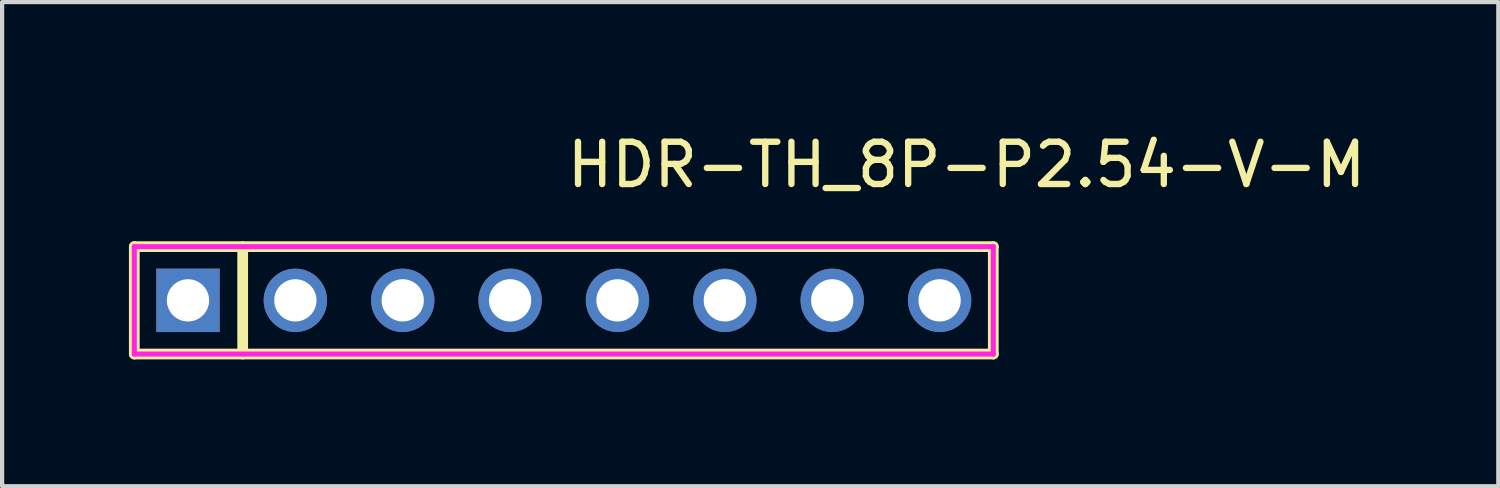
<source format=kicad_pcb>
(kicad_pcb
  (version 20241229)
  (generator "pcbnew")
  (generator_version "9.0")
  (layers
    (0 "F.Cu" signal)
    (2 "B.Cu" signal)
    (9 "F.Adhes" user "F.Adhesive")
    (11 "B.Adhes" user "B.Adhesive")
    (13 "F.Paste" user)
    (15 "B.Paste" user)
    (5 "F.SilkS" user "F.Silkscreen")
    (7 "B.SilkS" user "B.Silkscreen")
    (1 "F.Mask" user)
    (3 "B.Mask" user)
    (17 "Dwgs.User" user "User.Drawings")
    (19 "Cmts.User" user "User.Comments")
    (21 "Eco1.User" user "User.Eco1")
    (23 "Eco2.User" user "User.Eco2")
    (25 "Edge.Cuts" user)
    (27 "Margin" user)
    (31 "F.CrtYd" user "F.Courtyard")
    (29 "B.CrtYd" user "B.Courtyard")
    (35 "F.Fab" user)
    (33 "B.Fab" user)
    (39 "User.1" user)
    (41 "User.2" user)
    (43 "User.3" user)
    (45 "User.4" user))
  (footprint "HDR-TH_8P-P2.54-V-M"
    (layer "F.Cu")
    (at 10.287 4.055)
    (property "Reference" "HDR-TH_8P-P2.54-V-M" (at 0 -3.207 0) (layer "F.SilkS") (effects (font (size 1 1) (thickness 0.15)) (justify left)))
    (attr through_hole)
    (fp_line (start -10.16 -1.27) (end 10.16 -1.27) (stroke (width 0.254) (type solid)) (layer "F.SilkS"))
    (fp_line (start -10.16 1.27) (end -10.16 -1.27) (stroke (width 0.254) (type solid)) (layer "F.SilkS"))
    (fp_line (start -7.596 -1.27) (end -7.596 1.27) (stroke (width 0.254) (type solid)) (layer "F.SilkS"))
    (fp_line (start 10.16 -1.27) (end 10.16 1.27) (stroke (width 0.254) (type solid)) (layer "F.SilkS"))
    (fp_line (start 10.16 1.27) (end -10.16 1.27) (stroke (width 0.254) (type solid)) (layer "F.SilkS"))
    (fp_circle (center -10.16 1.27) (end -10.13 1.27) (stroke (width 0.06) (type solid)) (fill no) (layer "Eco2.User"))
    (fp_poly (pts (xy -9.21 -0.32) (xy -8.57 -0.32) (xy -8.57 0.32) (xy -9.21 0.32)) (stroke (width 0.12) (type solid)) (fill no) (layer "Eco2.User"))
    (fp_poly (pts (xy -6.67 -0.32) (xy -6.03 -0.32) (xy -6.03 0.32) (xy -6.67 0.32)) (stroke (width 0.12) (type solid)) (fill no) (layer "Eco2.User"))
    (fp_poly (pts (xy -4.13 -0.32) (xy -3.49 -0.32) (xy -3.49 0.32) (xy -4.13 0.32)) (stroke (width 0.12) (type solid)) (fill no) (layer "Eco2.User"))
    (fp_poly (pts (xy -1.59 -0.32) (xy -0.95 -0.32) (xy -0.95 0.32) (xy -1.59 0.32)) (stroke (width 0.12) (type solid)) (fill no) (layer "Eco2.User"))
    (fp_poly (pts (xy 0.95 -0.32) (xy 1.59 -0.32) (xy 1.59 0.32) (xy 0.95 0.32)) (stroke (width 0.12) (type solid)) (fill no) (layer "Eco2.User"))
    (fp_poly (pts (xy 3.49 -0.32) (xy 4.13 -0.32) (xy 4.13 0.32) (xy 3.49 0.32)) (stroke (width 0.12) (type solid)) (fill no) (layer "Eco2.User"))
    (fp_poly (pts (xy 6.03 -0.32) (xy 6.67 -0.32) (xy 6.67 0.32) (xy 6.03 0.32)) (stroke (width 0.12) (type solid)) (fill no) (layer "Eco2.User"))
    (fp_poly (pts (xy 8.57 -0.32) (xy 9.21 -0.32) (xy 9.21 0.32) (xy 8.57 0.32)) (stroke (width 0.12) (type solid)) (fill no) (layer "Eco2.User"))
    (fp_line (start -10.16 -1.27) (end 10.16 -1.27) (stroke (width 0.12) (type solid)) (layer "F.CrtYd"))
    (fp_line (start -10.16 1.27) (end -10.16 -1.27) (stroke (width 0.12) (type solid)) (layer "F.CrtYd"))
    (fp_line (start 10.16 -1.27) (end 10.16 1.27) (stroke (width 0.12) (type solid)) (layer "F.CrtYd"))
    (fp_line (start 10.16 1.27) (end -10.16 1.27) (stroke (width 0.12) (type solid)) (layer "F.CrtYd"))
    (pad "1" thru_hole rect (at -8.89 0) (size 1.5 1.5) (drill 1) (layers "*.Cu" "*.Mask"))
    (pad "2" thru_hole circle (at -6.35 0) (size 1.5 1.5) (drill 1) (layers "*.Cu" "*.Mask"))
    (pad "3" thru_hole circle (at -3.81 0) (size 1.5 1.5) (drill 1) (layers "*.Cu" "*.Mask"))
    (pad "4" thru_hole circle (at -1.27 0) (size 1.5 1.5) (drill 1) (layers "*.Cu" "*.Mask"))
    (pad "5" thru_hole circle (at 1.27 0) (size 1.5 1.5) (drill 1) (layers "*.Cu" "*.Mask"))
    (pad "6" thru_hole circle (at 3.81 0) (size 1.5 1.5) (drill 1) (layers "*.Cu" "*.Mask"))
    (pad "7" thru_hole circle (at 6.35 0) (size 1.5 1.5) (drill 1) (layers "*.Cu" "*.Mask"))
    (pad "8" thru_hole circle (at 8.89 0) (size 1.5 1.5) (drill 1) (layers "*.Cu" "*.Mask")))
  (gr_rect
    (start -3 -3)
    (end 32.394 8.452)
    (stroke (width 0.1) (type default))
    (fill no)
    (layer "Edge.Cuts")))
</source>
